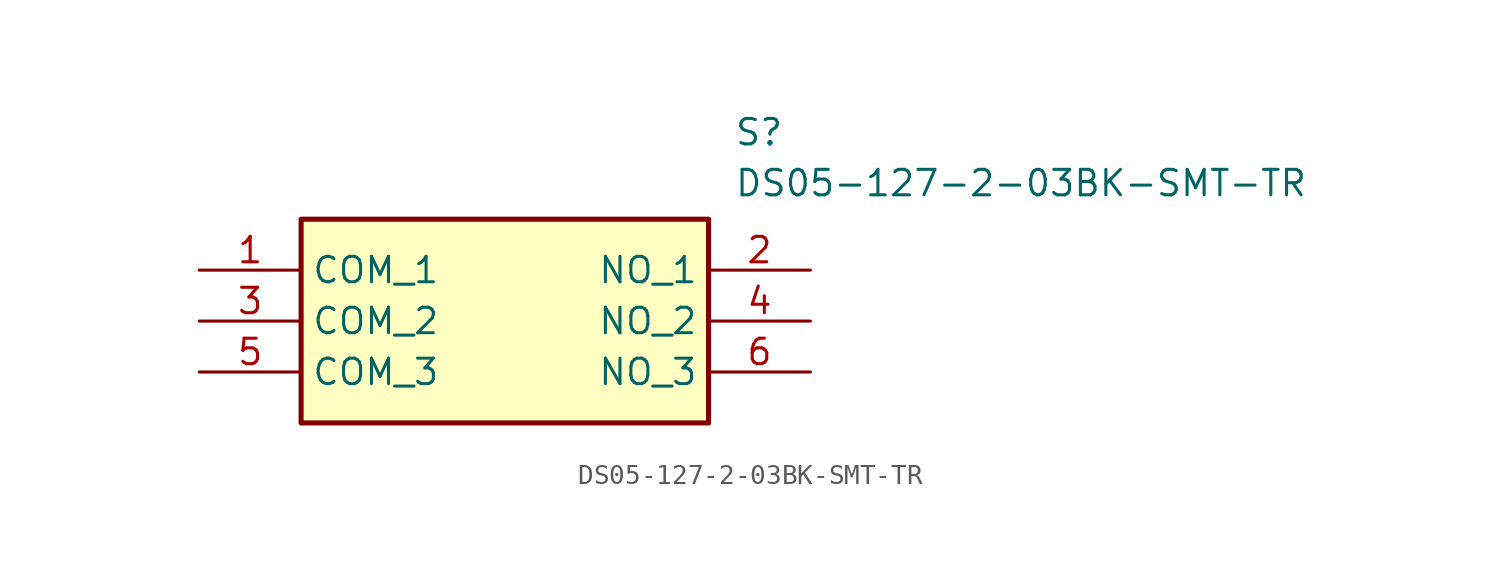
<source format=kicad_sym>
(kicad_symbol_lib
  (version 20211014)
  (generator SamacSys_ECAD_Model)
  (symbol "DS05-127-2-03BK-SMT-TR"
    (property "Reference" "S"
      (at 26.67 7.62 0)
      (effects (font (size 1.27 1.27)) (justify left top)))
    (property "Value" "DS05-127-2-03BK-SMT-TR"
      (at 26.67 5.08 0)
      (effects (font (size 1.27 1.27)) (justify left top)))
    (rectangle
      (start 5.08 2.54)
      (end 25.4 -7.62)
      (stroke (width 0.254) (type default))
      (fill (type background)))
    (pin passive line
      (at 0 0 0)
      (length 5.08)
      (name "COM_1" (effects (font (size 1.27 1.27))))
      (number "1" (effects (font (size 1.27 1.27)))))
    (pin passive line
      (at 30.48 0 180)
      (length 5.08)
      (name "NO_1" (effects (font (size 1.27 1.27))))
      (number "2" (effects (font (size 1.27 1.27)))))
    (pin passive line
      (at 0 -2.54 0)
      (length 5.08)
      (name "COM_2" (effects (font (size 1.27 1.27))))
      (number "3" (effects (font (size 1.27 1.27)))))
    (pin passive line
      (at 30.48 -2.54 180)
      (length 5.08)
      (name "NO_2" (effects (font (size 1.27 1.27))))
      (number "4" (effects (font (size 1.27 1.27)))))
    (pin passive line
      (at 0 -5.08 0)
      (length 5.08)
      (name "COM_3" (effects (font (size 1.27 1.27))))
      (number "5" (effects (font (size 1.27 1.27)))))
    (pin passive line
      (at 30.48 -5.08 180)
      (length 5.08)
      (name "NO_3" (effects (font (size 1.27 1.27))))
      (number "6" (effects (font (size 1.27 1.27)))))))
</source>
